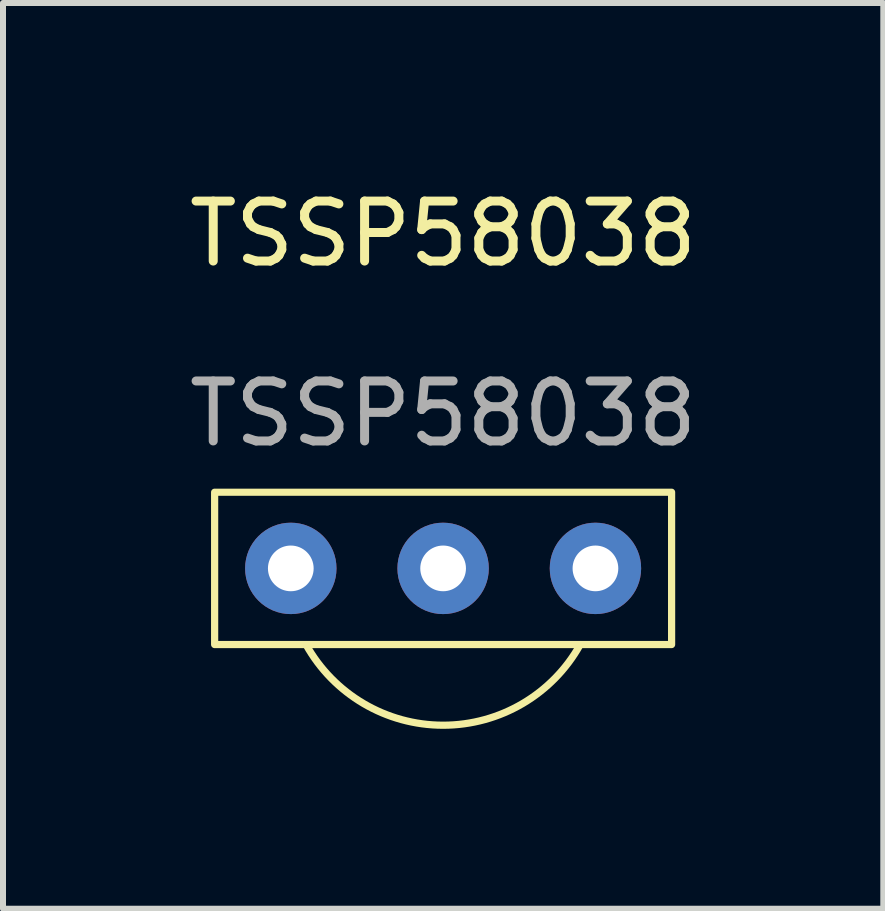
<source format=kicad_pcb>
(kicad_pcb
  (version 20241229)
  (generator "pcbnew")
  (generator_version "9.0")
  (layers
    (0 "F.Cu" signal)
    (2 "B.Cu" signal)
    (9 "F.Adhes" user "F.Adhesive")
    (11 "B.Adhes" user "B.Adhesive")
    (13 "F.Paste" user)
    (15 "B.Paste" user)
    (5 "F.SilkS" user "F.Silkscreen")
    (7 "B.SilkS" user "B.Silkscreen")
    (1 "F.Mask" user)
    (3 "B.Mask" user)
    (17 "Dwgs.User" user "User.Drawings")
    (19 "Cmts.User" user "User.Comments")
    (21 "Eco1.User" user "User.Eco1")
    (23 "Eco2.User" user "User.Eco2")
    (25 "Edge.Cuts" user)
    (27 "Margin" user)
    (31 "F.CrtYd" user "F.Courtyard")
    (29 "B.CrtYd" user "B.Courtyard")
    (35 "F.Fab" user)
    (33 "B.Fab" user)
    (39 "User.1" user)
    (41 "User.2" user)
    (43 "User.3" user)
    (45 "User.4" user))
  (footprint "TSSP58038"
    (layer "F.Cu")
    (at 4.339 1.348)
    (property "Reference" "TSSP58038" (at 0 -0.5 0) (unlocked yes) (layer "F.SilkS") (effects (font (size 1 1) (thickness 0.15))))
    (attr through_hole)
    (fp_rect (start -3.81 3.81) (end 3.81 6.35) (stroke (width 0.12) (type solid)) (fill no) (layer "F.SilkS"))
    (fp_arc (start 2.286 6.35) (mid 0 7.69509) (end -2.286 6.35) (stroke (width 0.12) (type solid)) (layer "F.SilkS"))
    (fp_text user "${REFERENCE}" (at 0 2.5 0) (unlocked yes) (layer "F.Fab") (effects (font (size 1 1) (thickness 0.15))))
    (pad "0" thru_hole circle (at 2.54 5.08) (size 1.524 1.524) (drill 0.762) (layers "*.Cu" "*.Mask"))
    (pad "1" thru_hole circle (at 0 5.08) (size 1.524 1.524) (drill 0.762) (layers "*.Cu" "*.Mask"))
    (pad "2" thru_hole circle (at -2.54 5.08) (size 1.524 1.524) (drill 0.762) (layers "*.Cu" "*.Mask")))
  (gr_rect
    (start -3 -3)
    (end 11.679 12.103)
    (stroke (width 0.1) (type default))
    (fill no)
    (layer "Edge.Cuts")))
</source>
